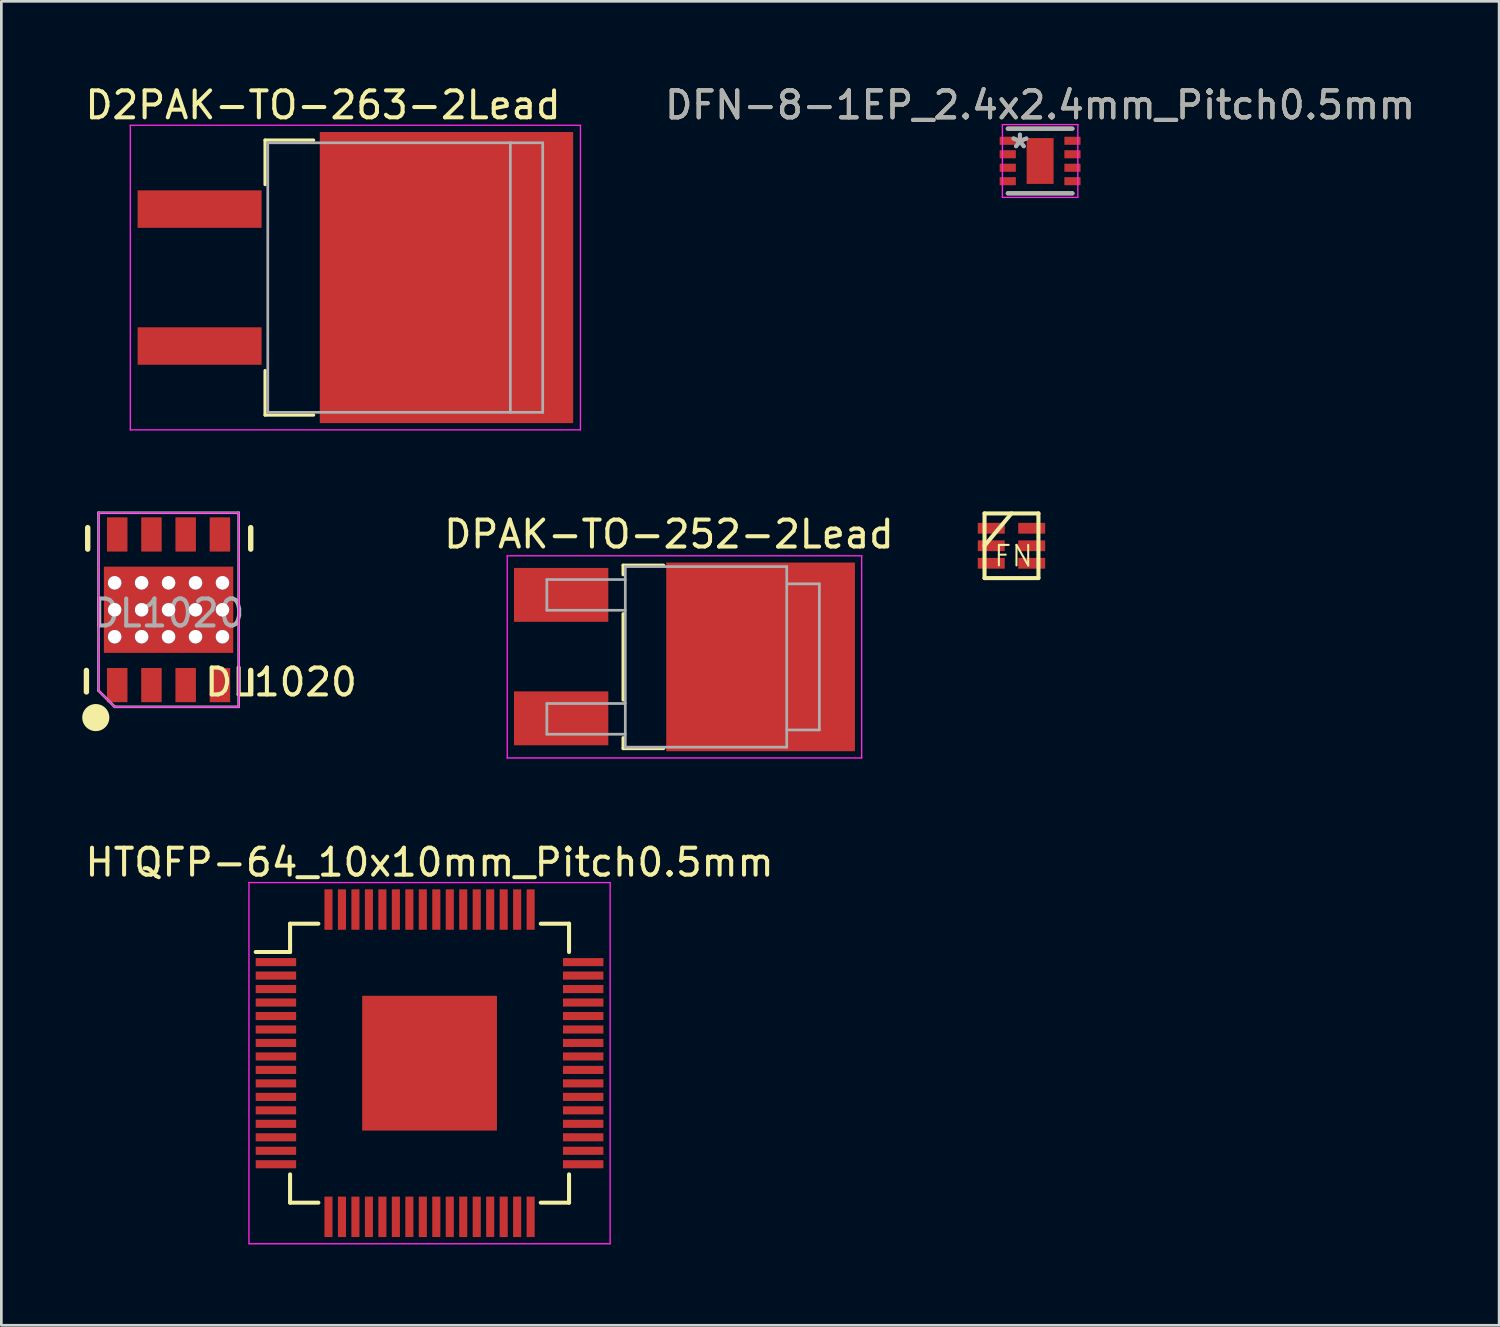
<source format=kicad_pcb>
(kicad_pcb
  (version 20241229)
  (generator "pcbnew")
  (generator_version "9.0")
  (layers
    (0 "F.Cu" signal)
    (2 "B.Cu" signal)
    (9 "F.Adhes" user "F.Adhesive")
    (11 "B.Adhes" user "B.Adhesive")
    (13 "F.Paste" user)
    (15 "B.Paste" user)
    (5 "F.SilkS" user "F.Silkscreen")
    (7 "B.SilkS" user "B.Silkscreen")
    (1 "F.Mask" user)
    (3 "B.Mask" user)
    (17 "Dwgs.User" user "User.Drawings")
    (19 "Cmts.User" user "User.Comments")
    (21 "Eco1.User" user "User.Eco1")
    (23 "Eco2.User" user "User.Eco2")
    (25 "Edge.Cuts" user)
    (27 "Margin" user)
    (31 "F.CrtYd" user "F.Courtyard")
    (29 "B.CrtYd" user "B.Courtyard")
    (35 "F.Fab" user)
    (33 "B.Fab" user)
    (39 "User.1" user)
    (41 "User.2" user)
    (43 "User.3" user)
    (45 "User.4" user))
  (footprint "DPAK-TO-252-2Lead"
    (layer "F.Cu")
    (at 21.469 21.311)
    (property "Reference" "DPAK-TO-252-2Lead" (at 0.3 -4.54 0) (layer "F.SilkS") (effects (font (size 1 1) (thickness 0.15))))
    (attr smd)
    (fp_line (start -1.4 -3.39) (end 0.1 -3.39) (stroke (width 0.12) (type solid)) (layer "F.SilkS"))
    (fp_line (start -1.4 -3.04) (end -1.4 -3.39) (stroke (width 0.12) (type solid)) (layer "F.SilkS"))
    (fp_line (start -1.4 1.61) (end -1.4 -1.59) (stroke (width 0.12) (type solid)) (layer "F.SilkS"))
    (fp_line (start -1.4 3.41) (end -1.4 3.01) (stroke (width 0.12) (type solid)) (layer "F.SilkS"))
    (fp_line (start 0.1 3.41) (end -1.4 3.41) (stroke (width 0.12) (type solid)) (layer "F.SilkS"))
    (fp_line (start -5.7 3.76) (end -5.7 -3.74) (stroke (width 0.05) (type solid)) (layer "F.CrtYd"))
    (fp_line (start -5.7 3.76) (end 7.45 3.76) (stroke (width 0.05) (type solid)) (layer "F.CrtYd"))
    (fp_line (start 7.45 -3.74) (end -5.7 -3.74) (stroke (width 0.05) (type solid)) (layer "F.CrtYd"))
    (fp_line (start 7.45 -3.74) (end 7.45 3.76) (stroke (width 0.05) (type solid)) (layer "F.CrtYd"))
    (fp_line (start -4.23 -2.86) (end -4.23 -1.72) (stroke (width 0.1) (type solid)) (layer "F.Fab"))
    (fp_line (start -4.23 -1.72) (end -1.32 -1.72) (stroke (width 0.1) (type solid)) (layer "F.Fab"))
    (fp_line (start -4.23 1.74) (end -4.23 2.88) (stroke (width 0.1) (type solid)) (layer "F.Fab"))
    (fp_line (start -4.23 2.88) (end -1.32 2.88) (stroke (width 0.1) (type solid)) (layer "F.Fab"))
    (fp_line (start -1.32 -2.86) (end -4.23 -2.86) (stroke (width 0.1) (type solid)) (layer "F.Fab"))
    (fp_line (start -1.32 1.74) (end -4.23 1.74) (stroke (width 0.1) (type solid)) (layer "F.Fab"))
    (fp_line (start -1.32 3.36) (end -1.32 -3.34) (stroke (width 0.1) (type solid)) (layer "F.Fab"))
    (fp_line (start -1.32 3.36) (end 4.67 3.36) (stroke (width 0.1) (type solid)) (layer "F.Fab"))
    (fp_line (start 4.67 -3.34) (end -1.32 -3.34) (stroke (width 0.1) (type solid)) (layer "F.Fab"))
    (fp_line (start 4.67 3.36) (end 4.67 -3.34) (stroke (width 0.1) (type solid)) (layer "F.Fab"))
    (fp_line (start 4.68 -2.7) (end 5.88 -2.7) (stroke (width 0.1) (type solid)) (layer "F.Fab"))
    (fp_line (start 5.88 -2.7) (end 5.88 2.72) (stroke (width 0.1) (type solid)) (layer "F.Fab"))
    (fp_line (start 5.88 2.72) (end 4.67 2.72) (stroke (width 0.1) (type solid)) (layer "F.Fab"))
    (pad "1" smd rect (at -3.7 -2.29 270) (size 2 3.5) (layers "F.Cu" "F.Mask" "F.Paste"))
    (pad "3" smd rect (at -3.7 2.29 270) (size 2 3.5) (layers "F.Cu" "F.Mask" "F.Paste"))
    (pad "4" smd rect (at 3.7 0.01 270) (size 7 7) (layers "F.Cu" "F.Mask" "F.Paste")))
  (footprint "D2PAK-TO-263-2Lead"
    (layer "F.Cu")
    (at 8.935 7.248)
    (property "Reference" "D2PAK-TO-263-2Lead" (at 0 -6.4 180) (layer "F.SilkS") (effects (font (size 1 1) (thickness 0.15))))
    (attr smd)
    (fp_line (start -2.15 -5.1) (end -2.15 -3.45) (stroke (width 0.12) (type solid)) (layer "F.SilkS"))
    (fp_line (start -2.15 3.45) (end -2.15 5.1) (stroke (width 0.12) (type solid)) (layer "F.SilkS"))
    (fp_line (start -2.15 5.1) (end -0.35 5.1) (stroke (width 0.12) (type solid)) (layer "F.SilkS"))
    (fp_line (start -0.35 -5.1) (end -2.15 -5.1) (stroke (width 0.12) (type solid)) (layer "F.SilkS"))
    (fp_line (start -7.15 -5.65) (end -7.15 5.65) (stroke (width 0.05) (type solid)) (layer "F.CrtYd"))
    (fp_line (start 9.55 -5.65) (end -7.15 -5.65) (stroke (width 0.05) (type solid)) (layer "F.CrtYd"))
    (fp_line (start 9.55 -5.65) (end 9.55 5.65) (stroke (width 0.05) (type solid)) (layer "F.CrtYd"))
    (fp_line (start 9.55 5.65) (end -7.15 5.65) (stroke (width 0.05) (type solid)) (layer "F.CrtYd"))
    (fp_line (start -2.05 -5) (end -2.05 5) (stroke (width 0.1) (type solid)) (layer "F.Fab"))
    (fp_line (start -2.05 5) (end 6.95 5) (stroke (width 0.1) (type solid)) (layer "F.Fab"))
    (fp_line (start 6.95 -5) (end -2.05 -5) (stroke (width 0.1) (type solid)) (layer "F.Fab"))
    (fp_line (start 6.95 5) (end 6.95 -5) (stroke (width 0.1) (type solid)) (layer "F.Fab"))
    (fp_line (start 6.95 5) (end 8.15 5) (stroke (width 0.1) (type solid)) (layer "F.Fab"))
    (fp_line (start 8.15 -5) (end 6.95 -5) (stroke (width 0.1) (type solid)) (layer "F.Fab"))
    (fp_line (start 8.15 5) (end 8.15 -5) (stroke (width 0.1) (type solid)) (layer "F.Fab"))
    (pad "1" smd rect (at -4.58 -2.54) (size 4.6 1.39) (layers "F.Cu" "F.Mask" "F.Paste"))
    (pad "3" smd rect (at -4.58 2.54) (size 4.6 1.39) (layers "F.Cu" "F.Mask" "F.Paste"))
    (pad "4" smd rect (at 4.58 0) (size 9.4 10.8) (layers "F.Cu" "F.Mask" "F.Paste")))
  (footprint "DFN-8-1EP_2.4x2.4mm_Pitch0.5mm"
    (layer "F.Cu")
    (at 35.539 2.923)
    (property "Reference" "DFN-8-1EP_2.4x2.4mm_Pitch0.5mm" (at 0 -2.075 0) (layer "F.Fab") (effects (font (size 1 1) (thickness 0.15))))
    (attr smd)
    (fp_line (start -1.2 -1.2) (end 1.2 -1.2) (stroke (width 0.15) (type solid)) (layer "F.SilkS"))
    (fp_line (start -1.2 1.2) (end 1.2 1.2) (stroke (width 0.15) (type solid)) (layer "F.SilkS"))
    (fp_line (start -1.4 -1.35) (end -1.4 1.35) (stroke (width 0.05) (type solid)) (layer "F.CrtYd"))
    (fp_line (start -1.4 -1.35) (end 1.4 -1.35) (stroke (width 0.05) (type solid)) (layer "F.CrtYd"))
    (fp_line (start -1.4 1.35) (end 1.4 1.35) (stroke (width 0.05) (type solid)) (layer "F.CrtYd"))
    (fp_line (start 1.4 -1.35) (end 1.4 1.35) (stroke (width 0.05) (type solid)) (layer "F.CrtYd"))
    (fp_line (start -1.2 -1.2) (end 1.2 -1.2) (stroke (width 0.15) (type solid)) (layer "F.Fab"))
    (fp_line (start -1.2 1.2) (end 1.2 1.2) (stroke (width 0.15) (type solid)) (layer "F.Fab"))
    (fp_text user "${REFERENCE}" (at 0 -2.075 0) (layer "F.SilkS") (effects (font (size 1 1) (thickness 0.15))))
    (fp_text user "*" (at -0.749 -0.432 0) (layer "F.Fab") (effects (font (size 1 1) (thickness 0.15))))
    (fp_text user "*" (at -0.749 -0.432 0) (layer "F.Fab") (effects (font (size 1 1) (thickness 0.15))))
    (pad "1" smd rect (at -1.2 -0.75) (size 0.6 0.3) (layers "F.Cu" "F.Mask" "F.Paste"))
    (pad "2" smd rect (at -1.2 -0.25) (size 0.6 0.3) (layers "F.Cu" "F.Mask" "F.Paste"))
    (pad "3" smd rect (at -1.2 0.25) (size 0.6 0.3) (layers "F.Cu" "F.Mask" "F.Paste"))
    (pad "4" smd rect (at -1.2 0.75) (size 0.6 0.3) (layers "F.Cu" "F.Mask" "F.Paste"))
    (pad "5" smd rect (at 1.2 0.75) (size 0.6 0.3) (layers "F.Cu" "F.Mask" "F.Paste"))
    (pad "6" smd rect (at 1.2 0.25) (size 0.6 0.3) (layers "F.Cu" "F.Mask" "F.Paste"))
    (pad "7" smd rect (at 1.2 -0.25) (size 0.6 0.3) (layers "F.Cu" "F.Mask" "F.Paste"))
    (pad "8" smd rect (at 1.2 -0.75) (size 0.6 0.3) (layers "F.Cu" "F.Mask" "F.Paste"))
    (pad "9" smd rect (at 0 0) (size 1 1.7) (layers "F.Cu" "F.Mask" "F.Paste")))
  (footprint "FN"
    (layer "F.Cu")
    (at 34.477 17.198)
    (property "Reference" "FN" (at 0.076 0.381 180) (layer "F.SilkS") (effects (font (size 0.762 0.762) (thickness 0.076))))
    (attr through_hole)
    (fp_line (start -1 0) (end 0 -1.2) (stroke (width 0.15) (type solid)) (layer "F.SilkS"))
    (fp_line (start -1 1.2) (end -1 -1.2) (stroke (width 0.15) (type solid)) (layer "F.SilkS"))
    (fp_line (start 1 -1.2) (end -1 -1.2) (stroke (width 0.15) (type solid)) (layer "F.SilkS"))
    (fp_line (start 1 -1.2) (end 1 1.2) (stroke (width 0.15) (type solid)) (layer "F.SilkS"))
    (fp_line (start 1 1.2) (end -1 1.2) (stroke (width 0.15) (type solid)) (layer "F.SilkS"))
    (pad "1" smd rect (at -0.75 -0.65) (size 1 0.4) (layers "F.Cu" "F.Mask" "F.Paste"))
    (pad "2" smd rect (at -0.75 0) (size 1 0.4) (layers "F.Cu" "F.Mask" "F.Paste"))
    (pad "3" smd rect (at -0.75 0.65) (size 1 0.4) (layers "F.Cu" "F.Mask" "F.Paste"))
    (pad "4" smd rect (at 0.75 0.65) (size 1 0.4) (layers "F.Cu" "F.Mask" "F.Paste"))
    (pad "5" smd rect (at 0.75 0) (size 1 0.4) (layers "F.Cu" "F.Mask" "F.Paste"))
    (pad "6" smd rect (at 0.75 -0.65) (size 1 0.4) (layers "F.Cu" "F.Mask" "F.Paste")))
  (footprint "DL1020"
    (layer "F.Cu")
    (at 3.204 19.573)
    (property "Reference" "DL1020" (at 4.172 2.687 0) (layer "F.SilkS") (effects (font (size 1 1) (thickness 0.15))))
    (attr through_hole)
    (fp_line (start -3.048 2.25) (end -3.048 3.048) (stroke (width 0.2) (type solid)) (layer "F.SilkS"))
    (fp_line (start -3 -3.048) (end -3 -2.25) (stroke (width 0.2) (type solid)) (layer "F.SilkS"))
    (fp_line (start 3.048 -2.25) (end 3.048 -3.048) (stroke (width 0.2) (type solid)) (layer "F.SilkS"))
    (fp_line (start 3.048 3.048) (end 3.048 2.25) (stroke (width 0.2) (type solid)) (layer "F.SilkS"))
    (fp_circle (center -2.7 4) (end -2.954 4) (stroke (width 0.5) (type solid)) (fill no) (layer "F.SilkS"))
    (fp_line (start -2.6 -3.6) (end -2.6 3) (stroke (width 0.05) (type solid)) (layer "F.CrtYd"))
    (fp_line (start -2.6 3) (end -2 3.6) (stroke (width 0.05) (type solid)) (layer "F.CrtYd"))
    (fp_line (start -2 3.6) (end 2.6 3.6) (stroke (width 0.05) (type solid)) (layer "F.CrtYd"))
    (fp_line (start 2.6 -3.6) (end -2.6 -3.6) (stroke (width 0.05) (type solid)) (layer "F.CrtYd"))
    (fp_line (start 2.6 3.6) (end 2.6 -3.6) (stroke (width 0.05) (type solid)) (layer "F.CrtYd"))
    (fp_line (start -2.6 -3.6) (end 2.6 -3.6) (stroke (width 0.1) (type solid)) (layer "F.Fab"))
    (fp_line (start -2.6 3) (end -2.6 -3.6) (stroke (width 0.1) (type solid)) (layer "F.Fab"))
    (fp_line (start -2.6 3) (end -2 3.6) (stroke (width 0.1) (type solid)) (layer "F.Fab"))
    (fp_line (start 2.6 -3.6) (end 2.6 3.6) (stroke (width 0.1) (type solid)) (layer "F.Fab"))
    (fp_line (start 2.6 3.6) (end -2 3.6) (stroke (width 0.1) (type solid)) (layer "F.Fab"))
    (fp_text user "${REFERENCE}" (at 0 0.127 0) (layer "F.Fab") (effects (font (size 1 1) (thickness 0.15))))
    (pad "1" smd rect (at -1.905 2.794) (size 0.76 1.27) (layers "F.Cu" "F.Mask" "F.Paste"))
    (pad "2" thru_hole circle (at -2 -1) (size 0.5 0.5) (drill 0.5) (layers "*.Cu" "*.Mask"))
    (pad "2" thru_hole circle (at -2 0) (size 0.5 0.5) (drill 0.5) (layers "*.Cu" "*.Mask"))
    (pad "2" thru_hole circle (at -2 1) (size 0.5 0.5) (drill 0.5) (layers "*.Cu" "*.Mask"))
    (pad "2" thru_hole circle (at -1 -1) (size 0.5 0.5) (drill 0.5) (layers "*.Cu" "*.Mask"))
    (pad "2" thru_hole circle (at -1 0) (size 0.5 0.5) (drill 0.5) (layers "*.Cu" "*.Mask"))
    (pad "2" thru_hole circle (at -1 1) (size 0.5 0.5) (drill 0.5) (layers "*.Cu" "*.Mask"))
    (pad "2" smd rect (at -0.635 2.794) (size 0.76 1.27) (layers "F.Cu" "F.Mask" "F.Paste"))
    (pad "2" thru_hole circle (at 0 -1) (size 0.5 0.5) (drill 0.5) (layers "*.Cu" "*.Mask"))
    (pad "2" thru_hole circle (at 0 0) (size 0.5 0.5) (drill 0.5) (layers "*.Cu" "*.Mask"))
    (pad "2" smd rect (at 0 0) (size 4.8 3.2) (layers "F.Cu" "F.Mask" "F.Paste"))
    (pad "2" thru_hole circle (at 0 1) (size 0.5 0.5) (drill 0.5) (layers "*.Cu" "*.Mask"))
    (pad "2" thru_hole circle (at 1 -1) (size 0.5 0.5) (drill 0.5) (layers "*.Cu" "*.Mask"))
    (pad "2" thru_hole circle (at 1 0) (size 0.5 0.5) (drill 0.5) (layers "*.Cu" "*.Mask"))
    (pad "2" thru_hole circle (at 1 1) (size 0.5 0.5) (drill 0.5) (layers "*.Cu" "*.Mask"))
    (pad "2" thru_hole circle (at 2 -1) (size 0.5 0.5) (drill 0.5) (layers "*.Cu" "*.Mask"))
    (pad "2" thru_hole circle (at 2 0) (size 0.5 0.5) (drill 0.5) (layers "*.Cu" "*.Mask"))
    (pad "2" thru_hole circle (at 2 1) (size 0.5 0.5) (drill 0.5) (layers "*.Cu" "*.Mask"))
    (pad "3" smd rect (at 0.635 2.794) (size 0.76 1.27) (layers "F.Cu" "F.Mask" "F.Paste"))
    (pad "4" smd rect (at 1.905 2.794) (size 0.76 1.27) (layers "F.Cu" "F.Mask" "F.Paste"))
    (pad "5" smd rect (at 1.905 -2.794) (size 0.76 1.27) (layers "F.Cu" "F.Mask" "F.Paste"))
    (pad "6" smd rect (at 0.635 -2.794) (size 0.76 1.27) (layers "F.Cu" "F.Mask" "F.Paste"))
    (pad "7" smd rect (at -0.635 -2.794) (size 0.76 1.27) (layers "F.Cu" "F.Mask" "F.Paste"))
    (pad "8" smd rect (at -1.905 -2.794) (size 0.76 1.27) (layers "F.Cu" "F.Mask" "F.Paste")))
  (footprint "HTQFP-64_10x10mm_Pitch0.5mm"
    (layer "F.Cu")
    (at 12.887 36.395)
    (property "Reference" "HTQFP-64_10x10mm_Pitch0.5mm" (at 0 -7.45 0) (layer "F.SilkS") (effects (font (size 1 1) (thickness 0.15))))
    (attr smd)
    (fp_line (start -5.175 -5.175) (end -5.175 -4.125) (stroke (width 0.15) (type solid)) (layer "F.SilkS"))
    (fp_line (start -5.175 -5.175) (end -4.125 -5.175) (stroke (width 0.15) (type solid)) (layer "F.SilkS"))
    (fp_line (start -5.175 -4.125) (end -6.45 -4.125) (stroke (width 0.15) (type solid)) (layer "F.SilkS"))
    (fp_line (start -5.175 5.175) (end -5.175 4.125) (stroke (width 0.15) (type solid)) (layer "F.SilkS"))
    (fp_line (start -5.175 5.175) (end -4.125 5.175) (stroke (width 0.15) (type solid)) (layer "F.SilkS"))
    (fp_line (start 5.175 -5.175) (end 4.125 -5.175) (stroke (width 0.15) (type solid)) (layer "F.SilkS"))
    (fp_line (start 5.175 -5.175) (end 5.175 -4.125) (stroke (width 0.15) (type solid)) (layer "F.SilkS"))
    (fp_line (start 5.175 5.175) (end 4.125 5.175) (stroke (width 0.15) (type solid)) (layer "F.SilkS"))
    (fp_line (start 5.175 5.175) (end 5.175 4.125) (stroke (width 0.15) (type solid)) (layer "F.SilkS"))
    (fp_line (start -6.7 -6.7) (end -6.7 6.7) (stroke (width 0.05) (type solid)) (layer "F.CrtYd"))
    (fp_line (start -6.7 -6.7) (end 6.7 -6.7) (stroke (width 0.05) (type solid)) (layer "F.CrtYd"))
    (fp_line (start -6.7 6.7) (end 6.7 6.7) (stroke (width 0.05) (type solid)) (layer "F.CrtYd"))
    (fp_line (start 6.7 -6.7) (end 6.7 6.7) (stroke (width 0.05) (type solid)) (layer "F.CrtYd"))
    (pad "1" smd rect (at -5.7 -3.75) (size 1.5 0.3) (layers "F.Cu" "F.Mask" "F.Paste"))
    (pad "2" smd rect (at -5.7 -3.25) (size 1.5 0.3) (layers "F.Cu" "F.Mask" "F.Paste"))
    (pad "3" smd rect (at -5.7 -2.75) (size 1.5 0.3) (layers "F.Cu" "F.Mask" "F.Paste"))
    (pad "4" smd rect (at -5.7 -2.25) (size 1.5 0.3) (layers "F.Cu" "F.Mask" "F.Paste"))
    (pad "5" smd rect (at -5.7 -1.75) (size 1.5 0.3) (layers "F.Cu" "F.Mask" "F.Paste"))
    (pad "6" smd rect (at -5.7 -1.25) (size 1.5 0.3) (layers "F.Cu" "F.Mask" "F.Paste"))
    (pad "7" smd rect (at -5.7 -0.75) (size 1.5 0.3) (layers "F.Cu" "F.Mask" "F.Paste"))
    (pad "8" smd rect (at -5.7 -0.25) (size 1.5 0.3) (layers "F.Cu" "F.Mask" "F.Paste"))
    (pad "9" smd rect (at -5.7 0.25) (size 1.5 0.3) (layers "F.Cu" "F.Mask" "F.Paste"))
    (pad "10" smd rect (at -5.7 0.75) (size 1.5 0.3) (layers "F.Cu" "F.Mask" "F.Paste"))
    (pad "11" smd rect (at -5.7 1.25) (size 1.5 0.3) (layers "F.Cu" "F.Mask" "F.Paste"))
    (pad "12" smd rect (at -5.7 1.75) (size 1.5 0.3) (layers "F.Cu" "F.Mask" "F.Paste"))
    (pad "13" smd rect (at -5.7 2.25) (size 1.5 0.3) (layers "F.Cu" "F.Mask" "F.Paste"))
    (pad "14" smd rect (at -5.7 2.75) (size 1.5 0.3) (layers "F.Cu" "F.Mask" "F.Paste"))
    (pad "15" smd rect (at -5.7 3.25) (size 1.5 0.3) (layers "F.Cu" "F.Mask" "F.Paste"))
    (pad "16" smd rect (at -5.7 3.75) (size 1.5 0.3) (layers "F.Cu" "F.Mask" "F.Paste"))
    (pad "17" smd rect (at -3.75 5.7 90) (size 1.5 0.3) (layers "F.Cu" "F.Mask" "F.Paste"))
    (pad "18" smd rect (at -3.25 5.7 90) (size 1.5 0.3) (layers "F.Cu" "F.Mask" "F.Paste"))
    (pad "19" smd rect (at -2.75 5.7 90) (size 1.5 0.3) (layers "F.Cu" "F.Mask" "F.Paste"))
    (pad "20" smd rect (at -2.25 5.7 90) (size 1.5 0.3) (layers "F.Cu" "F.Mask" "F.Paste"))
    (pad "21" smd rect (at -1.75 5.7 90) (size 1.5 0.3) (layers "F.Cu" "F.Mask" "F.Paste"))
    (pad "22" smd rect (at -1.25 5.7 90) (size 1.5 0.3) (layers "F.Cu" "F.Mask" "F.Paste"))
    (pad "23" smd rect (at -0.75 5.7 90) (size 1.5 0.3) (layers "F.Cu" "F.Mask" "F.Paste"))
    (pad "24" smd rect (at -0.25 5.7 90) (size 1.5 0.3) (layers "F.Cu" "F.Mask" "F.Paste"))
    (pad "25" smd rect (at 0.25 5.7 90) (size 1.5 0.3) (layers "F.Cu" "F.Mask" "F.Paste"))
    (pad "26" smd rect (at 0.75 5.7 90) (size 1.5 0.3) (layers "F.Cu" "F.Mask" "F.Paste"))
    (pad "27" smd rect (at 1.25 5.7 90) (size 1.5 0.3) (layers "F.Cu" "F.Mask" "F.Paste"))
    (pad "28" smd rect (at 1.75 5.7 90) (size 1.5 0.3) (layers "F.Cu" "F.Mask" "F.Paste"))
    (pad "29" smd rect (at 2.25 5.7 90) (size 1.5 0.3) (layers "F.Cu" "F.Mask" "F.Paste"))
    (pad "30" smd rect (at 2.75 5.7 90) (size 1.5 0.3) (layers "F.Cu" "F.Mask" "F.Paste"))
    (pad "31" smd rect (at 3.25 5.7 90) (size 1.5 0.3) (layers "F.Cu" "F.Mask" "F.Paste"))
    (pad "32" smd rect (at 3.75 5.7 90) (size 1.5 0.3) (layers "F.Cu" "F.Mask" "F.Paste"))
    (pad "33" smd rect (at 5.7 3.75) (size 1.5 0.3) (layers "F.Cu" "F.Mask" "F.Paste"))
    (pad "34" smd rect (at 5.7 3.25) (size 1.5 0.3) (layers "F.Cu" "F.Mask" "F.Paste"))
    (pad "35" smd rect (at 5.7 2.75) (size 1.5 0.3) (layers "F.Cu" "F.Mask" "F.Paste"))
    (pad "36" smd rect (at 5.7 2.25) (size 1.5 0.3) (layers "F.Cu" "F.Mask" "F.Paste"))
    (pad "37" smd rect (at 5.7 1.75) (size 1.5 0.3) (layers "F.Cu" "F.Mask" "F.Paste"))
    (pad "38" smd rect (at 5.7 1.25) (size 1.5 0.3) (layers "F.Cu" "F.Mask" "F.Paste"))
    (pad "39" smd rect (at 5.7 0.75) (size 1.5 0.3) (layers "F.Cu" "F.Mask" "F.Paste"))
    (pad "40" smd rect (at 5.7 0.25) (size 1.5 0.3) (layers "F.Cu" "F.Mask" "F.Paste"))
    (pad "41" smd rect (at 5.7 -0.25) (size 1.5 0.3) (layers "F.Cu" "F.Mask" "F.Paste"))
    (pad "42" smd rect (at 5.7 -0.75) (size 1.5 0.3) (layers "F.Cu" "F.Mask" "F.Paste"))
    (pad "43" smd rect (at 5.7 -1.25) (size 1.5 0.3) (layers "F.Cu" "F.Mask" "F.Paste"))
    (pad "44" smd rect (at 5.7 -1.75) (size 1.5 0.3) (layers "F.Cu" "F.Mask" "F.Paste"))
    (pad "45" smd rect (at 5.7 -2.25) (size 1.5 0.3) (layers "F.Cu" "F.Mask" "F.Paste"))
    (pad "46" smd rect (at 5.7 -2.75) (size 1.5 0.3) (layers "F.Cu" "F.Mask" "F.Paste"))
    (pad "47" smd rect (at 5.7 -3.25) (size 1.5 0.3) (layers "F.Cu" "F.Mask" "F.Paste"))
    (pad "48" smd rect (at 5.7 -3.75) (size 1.5 0.3) (layers "F.Cu" "F.Mask" "F.Paste"))
    (pad "49" smd rect (at 3.75 -5.7 90) (size 1.5 0.3) (layers "F.Cu" "F.Mask" "F.Paste"))
    (pad "50" smd rect (at 3.25 -5.7 90) (size 1.5 0.3) (layers "F.Cu" "F.Mask" "F.Paste"))
    (pad "51" smd rect (at 2.75 -5.7 90) (size 1.5 0.3) (layers "F.Cu" "F.Mask" "F.Paste"))
    (pad "52" smd rect (at 2.25 -5.7 90) (size 1.5 0.3) (layers "F.Cu" "F.Mask" "F.Paste"))
    (pad "53" smd rect (at 1.75 -5.7 90) (size 1.5 0.3) (layers "F.Cu" "F.Mask" "F.Paste"))
    (pad "54" smd rect (at 1.25 -5.7 90) (size 1.5 0.3) (layers "F.Cu" "F.Mask" "F.Paste"))
    (pad "55" smd rect (at 0.75 -5.7 90) (size 1.5 0.3) (layers "F.Cu" "F.Mask" "F.Paste"))
    (pad "56" smd rect (at 0.25 -5.7 90) (size 1.5 0.3) (layers "F.Cu" "F.Mask" "F.Paste"))
    (pad "57" smd rect (at -0.25 -5.7 90) (size 1.5 0.3) (layers "F.Cu" "F.Mask" "F.Paste"))
    (pad "58" smd rect (at -0.75 -5.7 90) (size 1.5 0.3) (layers "F.Cu" "F.Mask" "F.Paste"))
    (pad "59" smd rect (at -1.25 -5.7 90) (size 1.5 0.3) (layers "F.Cu" "F.Mask" "F.Paste"))
    (pad "60" smd rect (at -1.75 -5.7 90) (size 1.5 0.3) (layers "F.Cu" "F.Mask" "F.Paste"))
    (pad "61" smd rect (at -2.25 -5.7 90) (size 1.5 0.3) (layers "F.Cu" "F.Mask" "F.Paste"))
    (pad "62" smd rect (at -2.75 -5.7 90) (size 1.5 0.3) (layers "F.Cu" "F.Mask" "F.Paste"))
    (pad "63" smd rect (at -3.25 -5.7 90) (size 1.5 0.3) (layers "F.Cu" "F.Mask" "F.Paste"))
    (pad "64" smd rect (at -3.75 -5.7 90) (size 1.5 0.3) (layers "F.Cu" "F.Mask" "F.Paste"))
    (pad "65" smd rect (at 0 0 90) (size 5 5) (layers "F.Cu" "F.Mask" "F.Paste")))
  (gr_rect
    (start -3 -3)
    (end 52.569 46.12)
    (stroke (width 0.1) (type default))
    (fill no)
    (layer "Edge.Cuts")))
</source>
